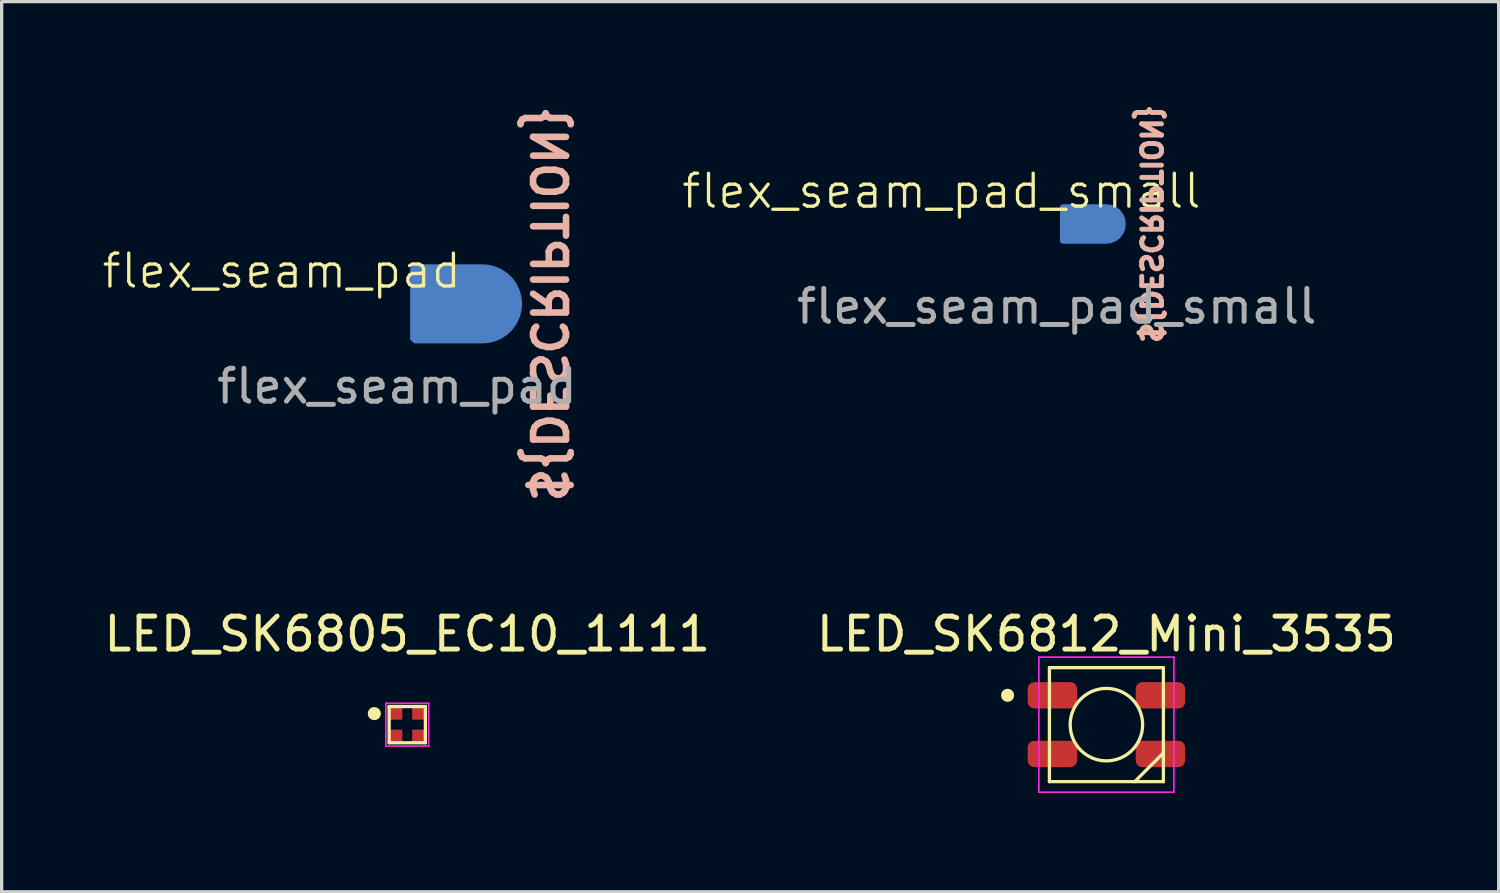
<source format=kicad_pcb>
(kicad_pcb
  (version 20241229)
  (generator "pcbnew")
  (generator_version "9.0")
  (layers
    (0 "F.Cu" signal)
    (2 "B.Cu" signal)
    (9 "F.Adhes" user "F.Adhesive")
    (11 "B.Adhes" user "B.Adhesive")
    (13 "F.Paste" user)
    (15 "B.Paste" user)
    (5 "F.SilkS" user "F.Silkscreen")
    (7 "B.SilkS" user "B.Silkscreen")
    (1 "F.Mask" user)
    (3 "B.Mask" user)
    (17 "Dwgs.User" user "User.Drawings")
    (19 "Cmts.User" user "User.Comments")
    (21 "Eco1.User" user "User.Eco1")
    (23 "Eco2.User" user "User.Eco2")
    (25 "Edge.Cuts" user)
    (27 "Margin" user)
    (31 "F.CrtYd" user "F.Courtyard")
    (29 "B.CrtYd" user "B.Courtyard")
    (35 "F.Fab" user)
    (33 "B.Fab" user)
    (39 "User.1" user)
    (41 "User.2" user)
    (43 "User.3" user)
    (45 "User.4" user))
  (footprint "flex_seam_pad"
    (layer "F.Cu")
    (at 9.002 6.176)
    (property "Reference" "flex_seam_pad" (at -3.5 -1 0) (unlocked yes) (layer "F.SilkS") (effects (font (size 1 1) (thickness 0.1))))
    (property "Description" "" (at 0 0 0) (unlocked yes) (layer "F.Fab") (hide yes) (effects (font (size 1 1) (thickness 0.15))))
    (attr smd)
    (fp_text user "${DESCRIPTION}" (at 4 0 270) (unlocked yes) (layer "B.SilkS") (effects (font (size 1 1) (thickness 0.2) (bold yes)) (justify bottom mirror)))
    (fp_text user "${REFERENCE}" (at 0 2.5 0) (unlocked yes) (layer "F.Fab") (effects (font (size 1 1) (thickness 0.15))))
    (pad "1" smd roundrect (at 2.1 0) (size 3.4 2.4) (layers "B.Cu" "B.Mask") (roundrect_rratio 0.5) (chamfer_ratio 0.05) (chamfer top_left bottom_left)))
  (footprint "LED_SK6812_Mini_3535"
    (layer "F.Cu")
    (at 30.542 18.951)
    (property "Reference" "LED_SK6812_Mini_3535" (at 0 -2.75 0) (layer "F.SilkS") (effects (font (size 1 1) (thickness 0.15))))
    (attr smd)
    (fp_line (start -1.73 -1.73) (end -1.73 1.73) (stroke (width 0.1) (type solid)) (layer "F.SilkS"))
    (fp_line (start -1.73 1.73) (end 1.73 1.73) (stroke (width 0.1) (type solid)) (layer "F.SilkS"))
    (fp_line (start 1.73 -1.73) (end -1.73 -1.73) (stroke (width 0.1) (type solid)) (layer "F.SilkS"))
    (fp_line (start 1.73 0.86) (end 0.86 1.73) (stroke (width 0.1) (type solid)) (layer "F.SilkS"))
    (fp_line (start 1.73 1.73) (end 1.73 -1.73) (stroke (width 0.1) (type solid)) (layer "F.SilkS"))
    (fp_circle (center -3 -0.89) (end -2.9 -0.89) (stroke (width 0.2) (type default)) (fill no) (layer "F.SilkS"))
    (fp_circle (center 0 0) (end 1.1 0) (stroke (width 0.1) (type solid)) (fill no) (layer "F.SilkS"))
    (fp_line (start -2.05 -2.05) (end -2.05 2.05) (stroke (width 0.05) (type solid)) (layer "F.CrtYd"))
    (fp_line (start -2.05 2.05) (end 2.05 2.05) (stroke (width 0.05) (type solid)) (layer "F.CrtYd"))
    (fp_line (start 2.05 -2.05) (end -2.05 -2.05) (stroke (width 0.05) (type solid)) (layer "F.CrtYd"))
    (fp_line (start 2.05 2.05) (end 2.05 -2.05) (stroke (width 0.05) (type solid)) (layer "F.CrtYd"))
    (pad "1" smd roundrect (at -1.64 -0.89) (size 1.5 0.8) (layers "F.Cu" "F.Mask" "F.Paste") (roundrect_rratio 0.25))
    (pad "2" smd roundrect (at -1.64 0.89) (size 1.5 0.8) (layers "F.Cu" "F.Mask" "F.Paste") (roundrect_rratio 0.25))
    (pad "3" smd roundrect (at 1.64 0.89) (size 1.5 0.8) (layers "F.Cu" "F.Mask" "F.Paste") (roundrect_rratio 0.25))
    (pad "4" smd roundrect (at 1.64 -0.89) (size 1.5 0.8) (layers "F.Cu" "F.Mask" "F.Paste") (roundrect_rratio 0.25)))
  (footprint "flex_seam_pad_small"
    (layer "F.Cu")
    (at 29.033 3.751)
    (property "Reference" "flex_seam_pad_small" (at -3.5 -1 0) (unlocked yes) (layer "F.SilkS") (effects (font (size 1 1) (thickness 0.1))))
    (property "Description" "" (at 0 0 0) (unlocked yes) (layer "F.Fab") (hide yes) (effects (font (size 1 1) (thickness 0.15))))
    (attr smd exclude_from_pos_files exclude_from_bom dnp)
    (fp_text user "${DESCRIPTION}" (at 2.5 0 270) (unlocked yes) (layer "B.SilkS") (effects (font (size 0.6 0.6) (thickness 0.15) (bold yes)) (justify bottom mirror)))
    (fp_text user "${REFERENCE}" (at 0 2.5 0) (unlocked yes) (layer "F.Fab") (effects (font (size 1 1) (thickness 0.15))))
    (pad "1" smd roundrect (at 1.1 0) (size 2 1.2) (layers "B.Cu" "B.Mask") (roundrect_rratio 0.5) (chamfer_ratio 0.05) (chamfer top_left bottom_left)))
  (footprint "LED_SK6805_EC10_1111"
    (layer "F.Cu")
    (at 9.315 18.951)
    (property "Reference" "LED_SK6805_EC10_1111" (at 0 -2.75 0) (layer "F.SilkS") (effects (font (size 1 1) (thickness 0.15))))
    (attr smd)
    (fp_line (start -0.55 -0.55) (end -0.55 0.55) (stroke (width 0.1) (type solid)) (layer "F.SilkS"))
    (fp_line (start -0.55 0.55) (end 0.55 0.55) (stroke (width 0.1) (type solid)) (layer "F.SilkS"))
    (fp_line (start 0.55 -0.55) (end -0.55 -0.55) (stroke (width 0.1) (type solid)) (layer "F.SilkS"))
    (fp_line (start 0.55 0.55) (end 0.55 -0.55) (stroke (width 0.1) (type solid)) (layer "F.SilkS"))
    (fp_circle (center -1 -0.335) (end -0.9 -0.335) (stroke (width 0.2) (type default)) (fill no) (layer "F.SilkS"))
    (fp_line (start -0.65 -0.65) (end -0.65 0.65) (stroke (width 0.05) (type solid)) (layer "F.CrtYd"))
    (fp_line (start -0.65 0.65) (end 0.65 0.65) (stroke (width 0.05) (type solid)) (layer "F.CrtYd"))
    (fp_line (start 0.65 -0.65) (end -0.65 -0.65) (stroke (width 0.05) (type solid)) (layer "F.CrtYd"))
    (fp_line (start 0.65 0.65) (end 0.65 -0.65) (stroke (width 0.05) (type solid)) (layer "F.CrtYd"))
    (pad "1" smd roundrect (at -0.335 -0.335 90) (size 0.37 0.37) (layers "F.Cu" "F.Mask" "F.Paste") (roundrect_rratio 0.054))
    (pad "2" smd roundrect (at -0.335 0.335) (size 0.37 0.37) (layers "F.Cu" "F.Mask" "F.Paste") (roundrect_rratio 0.054))
    (pad "3" smd roundrect (at 0.335 0.335) (size 0.37 0.37) (layers "F.Cu" "F.Mask" "F.Paste") (roundrect_rratio 0.054))
    (pad "4" smd roundrect (at 0.335 -0.335) (size 0.37 0.37) (layers "F.Cu" "F.Mask" "F.Paste") (roundrect_rratio 0.054)))
  (gr_rect
    (start -3 -3)
    (end 42.452 24.026)
    (stroke (width 0.1) (type default))
    (fill no)
    (layer "Edge.Cuts")))
</source>
